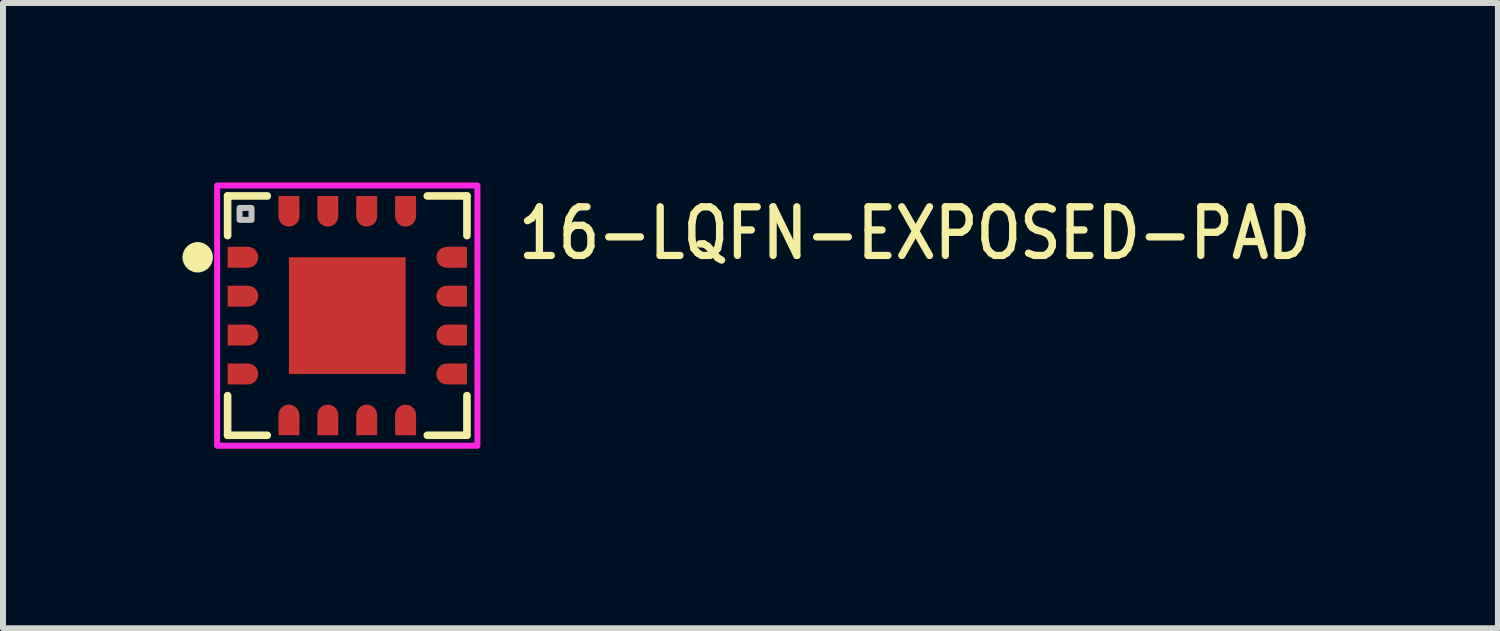
<source format=kicad_pcb>
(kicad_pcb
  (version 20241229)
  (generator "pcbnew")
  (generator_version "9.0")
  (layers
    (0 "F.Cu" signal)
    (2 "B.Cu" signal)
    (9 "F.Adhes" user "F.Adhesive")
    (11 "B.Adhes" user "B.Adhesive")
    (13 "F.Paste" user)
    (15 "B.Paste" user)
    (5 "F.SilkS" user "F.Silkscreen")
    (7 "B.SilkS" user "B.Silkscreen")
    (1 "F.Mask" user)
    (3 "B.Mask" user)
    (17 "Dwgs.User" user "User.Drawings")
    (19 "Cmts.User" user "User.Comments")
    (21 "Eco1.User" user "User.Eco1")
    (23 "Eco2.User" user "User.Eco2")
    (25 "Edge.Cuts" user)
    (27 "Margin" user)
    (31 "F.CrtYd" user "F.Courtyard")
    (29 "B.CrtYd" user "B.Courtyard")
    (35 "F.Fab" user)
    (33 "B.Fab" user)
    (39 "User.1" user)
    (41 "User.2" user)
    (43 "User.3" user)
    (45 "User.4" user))
  (footprint "16-LQFN-EXPOSED-PAD"
    (layer "F.Cu")
    (at 2.754 2.225)
    (property "Reference" "16-LQFN-EXPOSED-PAD" (at 2.8 -0.9 0) (unlocked yes) (layer "F.SilkS") (effects (font (size 0.813 0.695) (thickness 0.122)) (justify left bottom)))
    (fp_circle (center -1.663 -0.975) (end -1.488 -0.975) (stroke (width 0) (type solid)) (fill yes) (layer "F.Cu"))
    (fp_circle (center -1.663 -0.325) (end -1.488 -0.325) (stroke (width 0) (type solid)) (fill yes) (layer "F.Cu"))
    (fp_circle (center -1.663 0.325) (end -1.488 0.325) (stroke (width 0) (type solid)) (fill yes) (layer "F.Cu"))
    (fp_circle (center -1.663 0.975) (end -1.488 0.975) (stroke (width 0) (type solid)) (fill yes) (layer "F.Cu"))
    (fp_circle (center -0.975 -1.663) (end -0.8 -1.663) (stroke (width 0) (type solid)) (fill yes) (layer "F.Cu"))
    (fp_circle (center -0.975 1.663) (end -0.8 1.663) (stroke (width 0) (type solid)) (fill yes) (layer "F.Cu"))
    (fp_circle (center -0.325 -1.663) (end -0.15 -1.663) (stroke (width 0) (type solid)) (fill yes) (layer "F.Cu"))
    (fp_circle (center -0.325 1.663) (end -0.15 1.663) (stroke (width 0) (type solid)) (fill yes) (layer "F.Cu"))
    (fp_circle (center 0.325 -1.663) (end 0.5 -1.663) (stroke (width 0) (type solid)) (fill yes) (layer "F.Cu"))
    (fp_circle (center 0.325 1.663) (end 0.5 1.663) (stroke (width 0) (type solid)) (fill yes) (layer "F.Cu"))
    (fp_circle (center 0.975 -1.663) (end 1.15 -1.663) (stroke (width 0) (type solid)) (fill yes) (layer "F.Cu"))
    (fp_circle (center 0.975 1.663) (end 1.15 1.663) (stroke (width 0) (type solid)) (fill yes) (layer "F.Cu"))
    (fp_circle (center 1.663 -0.975) (end 1.837 -0.975) (stroke (width 0) (type solid)) (fill yes) (layer "F.Cu"))
    (fp_circle (center 1.663 -0.325) (end 1.837 -0.325) (stroke (width 0) (type solid)) (fill yes) (layer "F.Cu"))
    (fp_circle (center 1.663 0.325) (end 1.837 0.325) (stroke (width 0) (type solid)) (fill yes) (layer "F.Cu"))
    (fp_circle (center 1.663 0.975) (end 1.837 0.975) (stroke (width 0) (type solid)) (fill yes) (layer "F.Cu"))
    (fp_poly (pts (xy -2.1 -1.25) (xy -1.688 -1.25) (xy -1.642 -1.248) (xy -1.598 -1.24) (xy -1.556 -1.224) (xy -1.516 -1.202) (xy -1.481 -1.175) (xy -1.45 -1.142) (xy -1.425 -1.104) (xy -1.405 -1.063) (xy -1.393 -1.02) (xy -1.387 -0.975) (xy -1.393 -0.93) (xy -1.405 -0.887) (xy -1.425 -0.846) (xy -1.45 -0.808) (xy -1.481 -0.775) (xy -1.516 -0.748) (xy -1.556 -0.726) (xy -1.598 -0.71) (xy -1.642 -0.702) (xy -1.688 -0.7) (xy -2.1 -0.7)) (stroke (width 0) (type solid)) (fill yes) (layer "F.Mask"))
    (fp_poly (pts (xy -2.1 -0.6) (xy -1.688 -0.6) (xy -1.642 -0.598) (xy -1.598 -0.59) (xy -1.556 -0.574) (xy -1.516 -0.552) (xy -1.481 -0.525) (xy -1.45 -0.492) (xy -1.425 -0.454) (xy -1.405 -0.413) (xy -1.393 -0.37) (xy -1.387 -0.325) (xy -1.393 -0.28) (xy -1.405 -0.237) (xy -1.425 -0.196) (xy -1.45 -0.158) (xy -1.481 -0.125) (xy -1.516 -0.098) (xy -1.556 -0.076) (xy -1.598 -0.06) (xy -1.642 -0.052) (xy -1.688 -0.05) (xy -2.1 -0.05)) (stroke (width 0) (type solid)) (fill yes) (layer "F.Mask"))
    (fp_poly (pts (xy -2.1 0.05) (xy -1.688 0.05) (xy -1.642 0.052) (xy -1.598 0.06) (xy -1.556 0.076) (xy -1.516 0.098) (xy -1.481 0.125) (xy -1.45 0.158) (xy -1.425 0.196) (xy -1.405 0.237) (xy -1.393 0.28) (xy -1.387 0.325) (xy -1.393 0.37) (xy -1.405 0.413) (xy -1.425 0.454) (xy -1.45 0.492) (xy -1.481 0.525) (xy -1.516 0.552) (xy -1.556 0.574) (xy -1.598 0.59) (xy -1.642 0.598) (xy -1.688 0.6) (xy -2.1 0.6)) (stroke (width 0) (type solid)) (fill yes) (layer "F.Mask"))
    (fp_poly (pts (xy -2.1 0.7) (xy -1.688 0.7) (xy -1.642 0.702) (xy -1.598 0.71) (xy -1.556 0.726) (xy -1.516 0.748) (xy -1.481 0.775) (xy -1.45 0.808) (xy -1.425 0.846) (xy -1.405 0.887) (xy -1.393 0.93) (xy -1.387 0.975) (xy -1.393 1.02) (xy -1.405 1.063) (xy -1.425 1.104) (xy -1.45 1.142) (xy -1.481 1.175) (xy -1.516 1.202) (xy -1.556 1.224) (xy -1.598 1.24) (xy -1.642 1.248) (xy -1.688 1.25) (xy -2.1 1.25)) (stroke (width 0) (type solid)) (fill yes) (layer "F.Mask"))
    (fp_poly (pts (xy -1.25 2.1) (xy -1.25 1.688) (xy -1.248 1.642) (xy -1.24 1.598) (xy -1.224 1.556) (xy -1.202 1.516) (xy -1.175 1.481) (xy -1.142 1.45) (xy -1.104 1.425) (xy -1.063 1.405) (xy -1.02 1.393) (xy -0.975 1.387) (xy -0.93 1.393) (xy -0.887 1.405) (xy -0.846 1.425) (xy -0.808 1.45) (xy -0.775 1.481) (xy -0.748 1.516) (xy -0.726 1.556) (xy -0.71 1.598) (xy -0.702 1.642) (xy -0.7 1.688) (xy -0.7 2.1)) (stroke (width 0) (type solid)) (fill yes) (layer "F.Mask"))
    (fp_poly (pts (xy -0.7 -2.1) (xy -0.7 -1.688) (xy -0.702 -1.642) (xy -0.71 -1.598) (xy -0.726 -1.556) (xy -0.748 -1.516) (xy -0.775 -1.481) (xy -0.808 -1.45) (xy -0.846 -1.425) (xy -0.887 -1.405) (xy -0.93 -1.393) (xy -0.975 -1.387) (xy -1.02 -1.393) (xy -1.063 -1.405) (xy -1.104 -1.425) (xy -1.142 -1.45) (xy -1.175 -1.481) (xy -1.202 -1.516) (xy -1.224 -1.556) (xy -1.24 -1.598) (xy -1.248 -1.642) (xy -1.25 -1.688) (xy -1.25 -2.1)) (stroke (width 0) (type solid)) (fill yes) (layer "F.Mask"))
    (fp_poly (pts (xy -0.6 2.1) (xy -0.6 1.688) (xy -0.598 1.642) (xy -0.59 1.598) (xy -0.574 1.556) (xy -0.552 1.516) (xy -0.525 1.481) (xy -0.492 1.45) (xy -0.454 1.425) (xy -0.413 1.405) (xy -0.37 1.393) (xy -0.325 1.387) (xy -0.28 1.393) (xy -0.237 1.405) (xy -0.196 1.425) (xy -0.158 1.45) (xy -0.125 1.481) (xy -0.098 1.516) (xy -0.076 1.556) (xy -0.06 1.598) (xy -0.052 1.642) (xy -0.05 1.688) (xy -0.05 2.1)) (stroke (width 0) (type solid)) (fill yes) (layer "F.Mask"))
    (fp_poly (pts (xy -0.05 -2.1) (xy -0.05 -1.688) (xy -0.052 -1.642) (xy -0.06 -1.598) (xy -0.076 -1.556) (xy -0.098 -1.516) (xy -0.125 -1.481) (xy -0.158 -1.45) (xy -0.196 -1.425) (xy -0.237 -1.405) (xy -0.28 -1.393) (xy -0.325 -1.387) (xy -0.37 -1.393) (xy -0.413 -1.405) (xy -0.454 -1.425) (xy -0.492 -1.45) (xy -0.525 -1.481) (xy -0.552 -1.516) (xy -0.574 -1.556) (xy -0.59 -1.598) (xy -0.598 -1.642) (xy -0.6 -1.688) (xy -0.6 -2.1)) (stroke (width 0) (type solid)) (fill yes) (layer "F.Mask"))
    (fp_poly (pts (xy 0.05 2.1) (xy 0.05 1.688) (xy 0.052 1.642) (xy 0.06 1.598) (xy 0.076 1.556) (xy 0.098 1.516) (xy 0.125 1.481) (xy 0.158 1.45) (xy 0.196 1.425) (xy 0.237 1.405) (xy 0.28 1.393) (xy 0.325 1.387) (xy 0.37 1.393) (xy 0.413 1.405) (xy 0.454 1.425) (xy 0.492 1.45) (xy 0.525 1.481) (xy 0.552 1.516) (xy 0.574 1.556) (xy 0.59 1.598) (xy 0.598 1.642) (xy 0.6 1.688) (xy 0.6 2.1)) (stroke (width 0) (type solid)) (fill yes) (layer "F.Mask"))
    (fp_poly (pts (xy 0.6 -2.1) (xy 0.6 -1.688) (xy 0.598 -1.642) (xy 0.59 -1.598) (xy 0.574 -1.556) (xy 0.552 -1.516) (xy 0.525 -1.481) (xy 0.492 -1.45) (xy 0.454 -1.425) (xy 0.413 -1.405) (xy 0.37 -1.393) (xy 0.325 -1.387) (xy 0.28 -1.393) (xy 0.237 -1.405) (xy 0.196 -1.425) (xy 0.158 -1.45) (xy 0.125 -1.481) (xy 0.098 -1.516) (xy 0.076 -1.556) (xy 0.06 -1.598) (xy 0.052 -1.642) (xy 0.05 -1.688) (xy 0.05 -2.1)) (stroke (width 0) (type solid)) (fill yes) (layer "F.Mask"))
    (fp_poly (pts (xy 0.7 2.1) (xy 0.7 1.688) (xy 0.702 1.642) (xy 0.71 1.598) (xy 0.726 1.556) (xy 0.748 1.516) (xy 0.775 1.481) (xy 0.808 1.45) (xy 0.846 1.425) (xy 0.887 1.405) (xy 0.93 1.393) (xy 0.975 1.387) (xy 1.02 1.393) (xy 1.063 1.405) (xy 1.104 1.425) (xy 1.142 1.45) (xy 1.175 1.481) (xy 1.202 1.516) (xy 1.224 1.556) (xy 1.24 1.598) (xy 1.248 1.642) (xy 1.25 1.688) (xy 1.25 2.1)) (stroke (width 0) (type solid)) (fill yes) (layer "F.Mask"))
    (fp_poly (pts (xy 1.25 -2.1) (xy 1.25 -1.688) (xy 1.248 -1.642) (xy 1.24 -1.598) (xy 1.224 -1.556) (xy 1.202 -1.516) (xy 1.175 -1.481) (xy 1.142 -1.45) (xy 1.104 -1.425) (xy 1.063 -1.405) (xy 1.02 -1.393) (xy 0.975 -1.387) (xy 0.93 -1.393) (xy 0.887 -1.405) (xy 0.846 -1.425) (xy 0.808 -1.45) (xy 0.775 -1.481) (xy 0.748 -1.516) (xy 0.726 -1.556) (xy 0.71 -1.598) (xy 0.702 -1.642) (xy 0.7 -1.688) (xy 0.7 -2.1)) (stroke (width 0) (type solid)) (fill yes) (layer "F.Mask"))
    (fp_poly (pts (xy 2.1 -0.7) (xy 1.688 -0.7) (xy 1.642 -0.702) (xy 1.598 -0.71) (xy 1.556 -0.726) (xy 1.516 -0.748) (xy 1.481 -0.775) (xy 1.45 -0.808) (xy 1.425 -0.846) (xy 1.405 -0.887) (xy 1.393 -0.93) (xy 1.387 -0.975) (xy 1.393 -1.02) (xy 1.405 -1.063) (xy 1.425 -1.104) (xy 1.45 -1.142) (xy 1.481 -1.175) (xy 1.516 -1.202) (xy 1.556 -1.224) (xy 1.598 -1.24) (xy 1.642 -1.248) (xy 1.688 -1.25) (xy 2.1 -1.25)) (stroke (width 0) (type solid)) (fill yes) (layer "F.Mask"))
    (fp_poly (pts (xy 2.1 -0.05) (xy 1.688 -0.05) (xy 1.642 -0.052) (xy 1.598 -0.06) (xy 1.556 -0.076) (xy 1.516 -0.098) (xy 1.481 -0.125) (xy 1.45 -0.158) (xy 1.425 -0.196) (xy 1.405 -0.237) (xy 1.393 -0.28) (xy 1.387 -0.325) (xy 1.393 -0.37) (xy 1.405 -0.413) (xy 1.425 -0.454) (xy 1.45 -0.492) (xy 1.481 -0.525) (xy 1.516 -0.552) (xy 1.556 -0.574) (xy 1.598 -0.59) (xy 1.642 -0.598) (xy 1.688 -0.6) (xy 2.1 -0.6)) (stroke (width 0) (type solid)) (fill yes) (layer "F.Mask"))
    (fp_poly (pts (xy 2.1 0.6) (xy 1.688 0.6) (xy 1.642 0.598) (xy 1.598 0.59) (xy 1.556 0.574) (xy 1.516 0.552) (xy 1.481 0.525) (xy 1.45 0.492) (xy 1.425 0.454) (xy 1.405 0.413) (xy 1.393 0.37) (xy 1.387 0.325) (xy 1.393 0.28) (xy 1.405 0.237) (xy 1.425 0.196) (xy 1.45 0.158) (xy 1.481 0.125) (xy 1.516 0.098) (xy 1.556 0.076) (xy 1.598 0.06) (xy 1.642 0.052) (xy 1.688 0.05) (xy 2.1 0.05)) (stroke (width 0) (type solid)) (fill yes) (layer "F.Mask"))
    (fp_poly (pts (xy 2.1 1.25) (xy 1.688 1.25) (xy 1.642 1.248) (xy 1.598 1.24) (xy 1.556 1.224) (xy 1.516 1.202) (xy 1.481 1.175) (xy 1.45 1.142) (xy 1.425 1.104) (xy 1.405 1.063) (xy 1.393 1.02) (xy 1.387 0.975) (xy 1.393 0.93) (xy 1.405 0.887) (xy 1.425 0.846) (xy 1.45 0.808) (xy 1.481 0.775) (xy 1.516 0.748) (xy 1.556 0.726) (xy 1.598 0.71) (xy 1.642 0.702) (xy 1.688 0.7) (xy 2.1 0.7)) (stroke (width 0) (type solid)) (fill yes) (layer "F.Mask"))
    (fp_line (start -2 -2) (end -1.337 -2) (stroke (width 0.127) (type solid)) (layer "F.SilkS"))
    (fp_line (start -2 -1.337) (end -2 -2) (stroke (width 0.127) (type solid)) (layer "F.SilkS"))
    (fp_line (start -2 2) (end -2 1.337) (stroke (width 0.127) (type solid)) (layer "F.SilkS"))
    (fp_line (start -1.337 2) (end -2 2) (stroke (width 0.127) (type solid)) (layer "F.SilkS"))
    (fp_line (start 1.337 -2) (end 2 -2) (stroke (width 0.127) (type solid)) (layer "F.SilkS"))
    (fp_line (start 2 -2) (end 2 -1.337) (stroke (width 0.127) (type solid)) (layer "F.SilkS"))
    (fp_line (start 2 1.337) (end 2 2) (stroke (width 0.127) (type solid)) (layer "F.SilkS"))
    (fp_line (start 2 2) (end 1.337 2) (stroke (width 0.127) (type solid)) (layer "F.SilkS"))
    (fp_circle (center -2.5 -0.975) (end -2.246 -0.975) (stroke (width 0) (type solid)) (fill yes) (layer "F.SilkS"))
    (fp_circle (center -1.663 -0.975) (end -1.488 -0.975) (stroke (width 0) (type solid)) (fill yes) (layer "F.Paste"))
    (fp_circle (center -1.663 -0.325) (end -1.488 -0.325) (stroke (width 0) (type solid)) (fill yes) (layer "F.Paste"))
    (fp_circle (center -1.663 0.325) (end -1.488 0.325) (stroke (width 0) (type solid)) (fill yes) (layer "F.Paste"))
    (fp_circle (center -1.663 0.975) (end -1.488 0.975) (stroke (width 0) (type solid)) (fill yes) (layer "F.Paste"))
    (fp_circle (center -0.975 -1.663) (end -0.8 -1.663) (stroke (width 0) (type solid)) (fill yes) (layer "F.Paste"))
    (fp_circle (center -0.975 1.663) (end -0.8 1.663) (stroke (width 0) (type solid)) (fill yes) (layer "F.Paste"))
    (fp_circle (center -0.325 -1.663) (end -0.15 -1.663) (stroke (width 0) (type solid)) (fill yes) (layer "F.Paste"))
    (fp_circle (center -0.325 1.663) (end -0.15 1.663) (stroke (width 0) (type solid)) (fill yes) (layer "F.Paste"))
    (fp_circle (center 0.325 -1.663) (end 0.5 -1.663) (stroke (width 0) (type solid)) (fill yes) (layer "F.Paste"))
    (fp_circle (center 0.325 1.663) (end 0.5 1.663) (stroke (width 0) (type solid)) (fill yes) (layer "F.Paste"))
    (fp_circle (center 0.975 -1.663) (end 1.15 -1.663) (stroke (width 0) (type solid)) (fill yes) (layer "F.Paste"))
    (fp_circle (center 0.975 1.663) (end 1.15 1.663) (stroke (width 0) (type solid)) (fill yes) (layer "F.Paste"))
    (fp_circle (center 1.663 -0.975) (end 1.837 -0.975) (stroke (width 0) (type solid)) (fill yes) (layer "F.Paste"))
    (fp_circle (center 1.663 -0.325) (end 1.837 -0.325) (stroke (width 0) (type solid)) (fill yes) (layer "F.Paste"))
    (fp_circle (center 1.663 0.325) (end 1.837 0.325) (stroke (width 0) (type solid)) (fill yes) (layer "F.Paste"))
    (fp_circle (center 1.663 0.975) (end 1.837 0.975) (stroke (width 0) (type solid)) (fill yes) (layer "F.Paste"))
    (fp_rect (start -1.8 -1.6) (end -1.6 -1.8) (stroke (width 0.1) (type solid)) (fill no) (layer "Dwgs.User"))
    (fp_poly (pts (xy -2.175 -2.175) (xy 2.175 -2.175) (xy 2.175 2.175) (xy -2.175 2.175)) (stroke (width 0.1) (type solid)) (fill no) (layer "F.CrtYd"))
    (pad "1" smd rect (at -1.837 -0.975) (size 0.325 0.35) (layers "F.Cu" "F.Paste"))
    (pad "2" smd rect (at -1.837 -0.325) (size 0.325 0.35) (layers "F.Cu" "F.Paste"))
    (pad "3" smd rect (at -1.837 0.325) (size 0.325 0.35) (layers "F.Cu" "F.Paste"))
    (pad "4" smd rect (at -1.837 0.975) (size 0.325 0.35) (layers "F.Cu" "F.Paste"))
    (pad "5" smd rect (at -0.975 1.837 90) (size 0.325 0.35) (layers "F.Cu" "F.Paste"))
    (pad "6" smd rect (at -0.325 1.837 90) (size 0.325 0.35) (layers "F.Cu" "F.Paste"))
    (pad "7" smd rect (at 0.325 1.837 90) (size 0.325 0.35) (layers "F.Cu" "F.Paste"))
    (pad "8" smd rect (at 0.975 1.837 90) (size 0.325 0.35) (layers "F.Cu" "F.Paste"))
    (pad "9" smd rect (at 1.837 0.975 180) (size 0.325 0.35) (layers "F.Cu" "F.Paste"))
    (pad "10" smd rect (at 1.837 0.325 180) (size 0.325 0.35) (layers "F.Cu" "F.Paste"))
    (pad "11" smd rect (at 1.837 -0.325 180) (size 0.325 0.35) (layers "F.Cu" "F.Paste"))
    (pad "12" smd rect (at 1.837 -0.975 180) (size 0.325 0.35) (layers "F.Cu" "F.Paste"))
    (pad "13" smd rect (at 0.975 -1.837 270) (size 0.325 0.35) (layers "F.Cu" "F.Paste"))
    (pad "14" smd rect (at 0.325 -1.837 270) (size 0.325 0.35) (layers "F.Cu" "F.Paste"))
    (pad "15" smd rect (at -0.325 -1.837 270) (size 0.325 0.35) (layers "F.Cu" "F.Paste"))
    (pad "16" smd rect (at -0.975 -1.837 270) (size 0.325 0.35) (layers "F.Cu" "F.Paste"))
    (pad "17" smd rect (at 0 0) (size 1.95 1.95) (layers "F.Cu" "F.Mask" "F.Paste")))
  (gr_rect
    (start -3 -3)
    (end 21.985 7.45)
    (stroke (width 0.1) (type default))
    (fill no)
    (layer "Edge.Cuts")))
</source>
